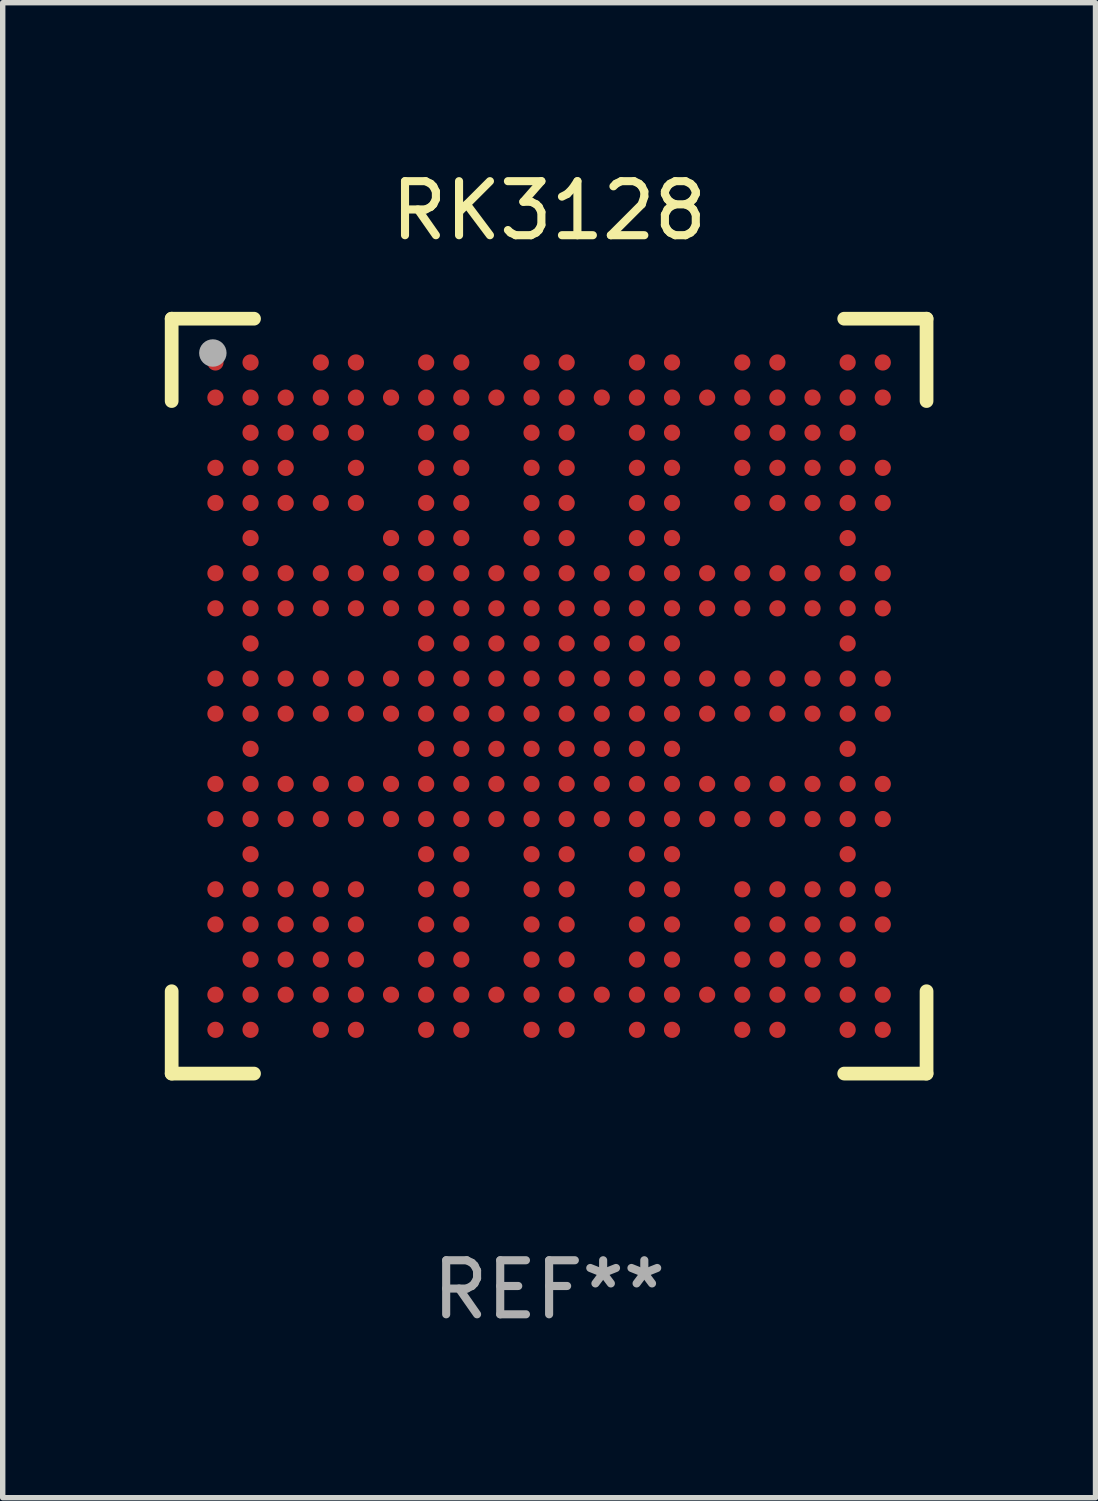
<source format=kicad_pcb>
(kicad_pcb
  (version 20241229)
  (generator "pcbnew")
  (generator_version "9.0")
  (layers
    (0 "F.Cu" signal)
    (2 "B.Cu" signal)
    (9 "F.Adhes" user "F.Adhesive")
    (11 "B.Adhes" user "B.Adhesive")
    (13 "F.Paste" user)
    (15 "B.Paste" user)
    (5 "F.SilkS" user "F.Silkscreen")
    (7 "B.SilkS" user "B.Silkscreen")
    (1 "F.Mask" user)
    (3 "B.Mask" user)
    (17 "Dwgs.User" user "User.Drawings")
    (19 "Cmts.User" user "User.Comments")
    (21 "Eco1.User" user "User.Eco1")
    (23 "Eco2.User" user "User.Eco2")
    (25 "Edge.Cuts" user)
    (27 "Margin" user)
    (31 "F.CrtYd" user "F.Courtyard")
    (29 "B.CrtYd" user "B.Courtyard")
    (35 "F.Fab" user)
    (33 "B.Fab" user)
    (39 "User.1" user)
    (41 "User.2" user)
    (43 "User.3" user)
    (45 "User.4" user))
  (footprint "RK3128"
    (layer "F.Cu")
    (at 7.112 9.833)
    (property "Reference" "RK3128" (at 0 -8.985 0) (layer "F.SilkS") (effects (font (size 1 1) (thickness 0.15))))
    (attr through_hole)
    (fp_line (start -6.985 -6.985) (end -6.985 -5.461) (stroke (width 0.254) (type solid)) (layer "F.SilkS"))
    (fp_line (start -6.985 6.985) (end -6.985 5.461) (stroke (width 0.254) (type solid)) (layer "F.SilkS"))
    (fp_line (start -5.461 -6.985) (end -6.985 -6.985) (stroke (width 0.254) (type solid)) (layer "F.SilkS"))
    (fp_line (start -5.461 6.985) (end -6.985 6.985) (stroke (width 0.254) (type solid)) (layer "F.SilkS"))
    (fp_line (start 5.461 6.985) (end 6.985 6.985) (stroke (width 0.254) (type solid)) (layer "F.SilkS"))
    (fp_line (start 6.985 -6.985) (end 5.461 -6.985) (stroke (width 0.254) (type solid)) (layer "F.SilkS"))
    (fp_line (start 6.985 -5.461) (end 6.985 -6.985) (stroke (width 0.254) (type solid)) (layer "F.SilkS"))
    (fp_line (start 6.985 6.985) (end 6.985 5.461) (stroke (width 0.254) (type solid)) (layer "F.SilkS"))
    (fp_circle (center -7 -7) (end -6.97 -7) (stroke (width 0.06) (type solid)) (fill no) (layer "F.SilkS"))
    (fp_circle (center -6.223 -6.35) (end -6.096 -6.35) (stroke (width 0.254) (type solid)) (fill no) (layer "F.Fab"))
    (fp_text user "REF**" (at 0 10.985 0) (layer "F.Fab") (effects (font (size 1 1) (thickness 0.15))))
    (pad "A1" smd circle (at -6.175 -6.175) (size 0.3 0.3) (layers "F.Cu" "F.Mask" "F.Paste"))
    (pad "A2" smd circle (at -6.175 -5.525) (size 0.3 0.3) (layers "F.Cu" "F.Mask" "F.Paste"))
    (pad "A4" smd circle (at -6.175 -4.225) (size 0.3 0.3) (layers "F.Cu" "F.Mask" "F.Paste"))
    (pad "A5" smd circle (at -6.175 -3.575) (size 0.3 0.3) (layers "F.Cu" "F.Mask" "F.Paste"))
    (pad "A7" smd circle (at -6.175 -2.275) (size 0.3 0.3) (layers "F.Cu" "F.Mask" "F.Paste"))
    (pad "A8" smd circle (at -6.175 -1.625) (size 0.3 0.3) (layers "F.Cu" "F.Mask" "F.Paste"))
    (pad "A10" smd circle (at -6.175 -0.325) (size 0.3 0.3) (layers "F.Cu" "F.Mask" "F.Paste"))
    (pad "A11" smd circle (at -6.175 0.325) (size 0.3 0.3) (layers "F.Cu" "F.Mask" "F.Paste"))
    (pad "A13" smd circle (at -6.175 1.625) (size 0.3 0.3) (layers "F.Cu" "F.Mask" "F.Paste"))
    (pad "A14" smd circle (at -6.175 2.275) (size 0.3 0.3) (layers "F.Cu" "F.Mask" "F.Paste"))
    (pad "A16" smd circle (at -6.175 3.575) (size 0.3 0.3) (layers "F.Cu" "F.Mask" "F.Paste"))
    (pad "A17" smd circle (at -6.175 4.225) (size 0.3 0.3) (layers "F.Cu" "F.Mask" "F.Paste"))
    (pad "A19" smd circle (at -6.175 5.525) (size 0.3 0.3) (layers "F.Cu" "F.Mask" "F.Paste"))
    (pad "A20" smd circle (at -6.175 6.175) (size 0.3 0.3) (layers "F.Cu" "F.Mask" "F.Paste"))
    (pad "B1" smd circle (at -5.525 -6.175) (size 0.3 0.3) (layers "F.Cu" "F.Mask" "F.Paste"))
    (pad "B2" smd circle (at -5.525 -5.525) (size 0.3 0.3) (layers "F.Cu" "F.Mask" "F.Paste"))
    (pad "B3" smd circle (at -5.525 -4.875) (size 0.3 0.3) (layers "F.Cu" "F.Mask" "F.Paste"))
    (pad "B4" smd circle (at -5.525 -4.225) (size 0.3 0.3) (layers "F.Cu" "F.Mask" "F.Paste"))
    (pad "B5" smd circle (at -5.525 -3.575) (size 0.3 0.3) (layers "F.Cu" "F.Mask" "F.Paste"))
    (pad "B6" smd circle (at -5.525 -2.925) (size 0.3 0.3) (layers "F.Cu" "F.Mask" "F.Paste"))
    (pad "B7" smd circle (at -5.525 -2.275) (size 0.3 0.3) (layers "F.Cu" "F.Mask" "F.Paste"))
    (pad "B8" smd circle (at -5.525 -1.625) (size 0.3 0.3) (layers "F.Cu" "F.Mask" "F.Paste"))
    (pad "B9" smd circle (at -5.525 -0.975) (size 0.3 0.3) (layers "F.Cu" "F.Mask" "F.Paste"))
    (pad "B10" smd circle (at -5.525 -0.325) (size 0.3 0.3) (layers "F.Cu" "F.Mask" "F.Paste"))
    (pad "B11" smd circle (at -5.525 0.325) (size 0.3 0.3) (layers "F.Cu" "F.Mask" "F.Paste"))
    (pad "B12" smd circle (at -5.525 0.975) (size 0.3 0.3) (layers "F.Cu" "F.Mask" "F.Paste"))
    (pad "B13" smd circle (at -5.525 1.625) (size 0.3 0.3) (layers "F.Cu" "F.Mask" "F.Paste"))
    (pad "B14" smd circle (at -5.525 2.275) (size 0.3 0.3) (layers "F.Cu" "F.Mask" "F.Paste"))
    (pad "B15" smd circle (at -5.525 2.925) (size 0.3 0.3) (layers "F.Cu" "F.Mask" "F.Paste"))
    (pad "B16" smd circle (at -5.525 3.575) (size 0.3 0.3) (layers "F.Cu" "F.Mask" "F.Paste"))
    (pad "B17" smd circle (at -5.525 4.225) (size 0.3 0.3) (layers "F.Cu" "F.Mask" "F.Paste"))
    (pad "B18" smd circle (at -5.525 4.875) (size 0.3 0.3) (layers "F.Cu" "F.Mask" "F.Paste"))
    (pad "B19" smd circle (at -5.525 5.525) (size 0.3 0.3) (layers "F.Cu" "F.Mask" "F.Paste"))
    (pad "B20" smd circle (at -5.525 6.175) (size 0.3 0.3) (layers "F.Cu" "F.Mask" "F.Paste"))
    (pad "C2" smd circle (at -4.875 -5.525) (size 0.3 0.3) (layers "F.Cu" "F.Mask" "F.Paste"))
    (pad "C3" smd circle (at -4.875 -4.875) (size 0.3 0.3) (layers "F.Cu" "F.Mask" "F.Paste"))
    (pad "C4" smd circle (at -4.875 -4.225) (size 0.3 0.3) (layers "F.Cu" "F.Mask" "F.Paste"))
    (pad "C5" smd circle (at -4.875 -3.575) (size 0.3 0.3) (layers "F.Cu" "F.Mask" "F.Paste"))
    (pad "C7" smd circle (at -4.875 -2.275) (size 0.3 0.3) (layers "F.Cu" "F.Mask" "F.Paste"))
    (pad "C8" smd circle (at -4.875 -1.625) (size 0.3 0.3) (layers "F.Cu" "F.Mask" "F.Paste"))
    (pad "C10" smd circle (at -4.875 -0.325) (size 0.3 0.3) (layers "F.Cu" "F.Mask" "F.Paste"))
    (pad "C11" smd circle (at -4.875 0.325) (size 0.3 0.3) (layers "F.Cu" "F.Mask" "F.Paste"))
    (pad "C13" smd circle (at -4.875 1.625) (size 0.3 0.3) (layers "F.Cu" "F.Mask" "F.Paste"))
    (pad "C14" smd circle (at -4.875 2.275) (size 0.3 0.3) (layers "F.Cu" "F.Mask" "F.Paste"))
    (pad "C16" smd circle (at -4.875 3.575) (size 0.3 0.3) (layers "F.Cu" "F.Mask" "F.Paste"))
    (pad "C17" smd circle (at -4.875 4.225) (size 0.3 0.3) (layers "F.Cu" "F.Mask" "F.Paste"))
    (pad "C18" smd circle (at -4.875 4.875) (size 0.3 0.3) (layers "F.Cu" "F.Mask" "F.Paste"))
    (pad "C19" smd circle (at -4.875 5.525) (size 0.3 0.3) (layers "F.Cu" "F.Mask" "F.Paste"))
    (pad "D1" smd circle (at -4.225 -6.175) (size 0.3 0.3) (layers "F.Cu" "F.Mask" "F.Paste"))
    (pad "D2" smd circle (at -4.225 -5.525) (size 0.3 0.3) (layers "F.Cu" "F.Mask" "F.Paste"))
    (pad "D3" smd circle (at -4.225 -4.875) (size 0.3 0.3) (layers "F.Cu" "F.Mask" "F.Paste"))
    (pad "D5" smd circle (at -4.225 -3.575) (size 0.3 0.3) (layers "F.Cu" "F.Mask" "F.Paste"))
    (pad "D7" smd circle (at -4.225 -2.275) (size 0.3 0.3) (layers "F.Cu" "F.Mask" "F.Paste"))
    (pad "D8" smd circle (at -4.225 -1.625) (size 0.3 0.3) (layers "F.Cu" "F.Mask" "F.Paste"))
    (pad "D10" smd circle (at -4.225 -0.325) (size 0.3 0.3) (layers "F.Cu" "F.Mask" "F.Paste"))
    (pad "D11" smd circle (at -4.225 0.325) (size 0.3 0.3) (layers "F.Cu" "F.Mask" "F.Paste"))
    (pad "D13" smd circle (at -4.225 1.625) (size 0.3 0.3) (layers "F.Cu" "F.Mask" "F.Paste"))
    (pad "D14" smd circle (at -4.225 2.275) (size 0.3 0.3) (layers "F.Cu" "F.Mask" "F.Paste"))
    (pad "D16" smd circle (at -4.225 3.575) (size 0.3 0.3) (layers "F.Cu" "F.Mask" "F.Paste"))
    (pad "D17" smd circle (at -4.225 4.225) (size 0.3 0.3) (layers "F.Cu" "F.Mask" "F.Paste"))
    (pad "D18" smd circle (at -4.225 4.875) (size 0.3 0.3) (layers "F.Cu" "F.Mask" "F.Paste"))
    (pad "D19" smd circle (at -4.225 5.525) (size 0.3 0.3) (layers "F.Cu" "F.Mask" "F.Paste"))
    (pad "D20" smd circle (at -4.225 6.175) (size 0.3 0.3) (layers "F.Cu" "F.Mask" "F.Paste"))
    (pad "E1" smd circle (at -3.575 -6.175) (size 0.3 0.3) (layers "F.Cu" "F.Mask" "F.Paste"))
    (pad "E2" smd circle (at -3.575 -5.525) (size 0.3 0.3) (layers "F.Cu" "F.Mask" "F.Paste"))
    (pad "E3" smd circle (at -3.575 -4.875) (size 0.3 0.3) (layers "F.Cu" "F.Mask" "F.Paste"))
    (pad "E4" smd circle (at -3.575 -4.225) (size 0.3 0.3) (layers "F.Cu" "F.Mask" "F.Paste"))
    (pad "E5" smd circle (at -3.575 -3.575) (size 0.3 0.3) (layers "F.Cu" "F.Mask" "F.Paste"))
    (pad "E7" smd circle (at -3.575 -2.275) (size 0.3 0.3) (layers "F.Cu" "F.Mask" "F.Paste"))
    (pad "E8" smd circle (at -3.575 -1.625) (size 0.3 0.3) (layers "F.Cu" "F.Mask" "F.Paste"))
    (pad "E10" smd circle (at -3.575 -0.325) (size 0.3 0.3) (layers "F.Cu" "F.Mask" "F.Paste"))
    (pad "E11" smd circle (at -3.575 0.325) (size 0.3 0.3) (layers "F.Cu" "F.Mask" "F.Paste"))
    (pad "E13" smd circle (at -3.575 1.625) (size 0.3 0.3) (layers "F.Cu" "F.Mask" "F.Paste"))
    (pad "E14" smd circle (at -3.575 2.275) (size 0.3 0.3) (layers "F.Cu" "F.Mask" "F.Paste"))
    (pad "E16" smd circle (at -3.575 3.575) (size 0.3 0.3) (layers "F.Cu" "F.Mask" "F.Paste"))
    (pad "E17" smd circle (at -3.575 4.225) (size 0.3 0.3) (layers "F.Cu" "F.Mask" "F.Paste"))
    (pad "E18" smd circle (at -3.575 4.875) (size 0.3 0.3) (layers "F.Cu" "F.Mask" "F.Paste"))
    (pad "E19" smd circle (at -3.575 5.525) (size 0.3 0.3) (layers "F.Cu" "F.Mask" "F.Paste"))
    (pad "E20" smd circle (at -3.575 6.175) (size 0.3 0.3) (layers "F.Cu" "F.Mask" "F.Paste"))
    (pad "F2" smd circle (at -2.925 -5.525) (size 0.3 0.3) (layers "F.Cu" "F.Mask" "F.Paste"))
    (pad "F6" smd circle (at -2.925 -2.925) (size 0.3 0.3) (layers "F.Cu" "F.Mask" "F.Paste"))
    (pad "F7" smd circle (at -2.925 -2.275) (size 0.3 0.3) (layers "F.Cu" "F.Mask" "F.Paste"))
    (pad "F8" smd circle (at -2.925 -1.625) (size 0.3 0.3) (layers "F.Cu" "F.Mask" "F.Paste"))
    (pad "F10" smd circle (at -2.925 -0.325) (size 0.3 0.3) (layers "F.Cu" "F.Mask" "F.Paste"))
    (pad "F11" smd circle (at -2.925 0.325) (size 0.3 0.3) (layers "F.Cu" "F.Mask" "F.Paste"))
    (pad "F13" smd circle (at -2.925 1.625) (size 0.3 0.3) (layers "F.Cu" "F.Mask" "F.Paste"))
    (pad "F14" smd circle (at -2.925 2.275) (size 0.3 0.3) (layers "F.Cu" "F.Mask" "F.Paste"))
    (pad "F19" smd circle (at -2.925 5.525) (size 0.3 0.3) (layers "F.Cu" "F.Mask" "F.Paste"))
    (pad "G1" smd circle (at -2.275 -6.175) (size 0.3 0.3) (layers "F.Cu" "F.Mask" "F.Paste"))
    (pad "G2" smd circle (at -2.275 -5.525) (size 0.3 0.3) (layers "F.Cu" "F.Mask" "F.Paste"))
    (pad "G3" smd circle (at -2.275 -4.875) (size 0.3 0.3) (layers "F.Cu" "F.Mask" "F.Paste"))
    (pad "G4" smd circle (at -2.275 -4.225) (size 0.3 0.3) (layers "F.Cu" "F.Mask" "F.Paste"))
    (pad "G5" smd circle (at -2.275 -3.575) (size 0.3 0.3) (layers "F.Cu" "F.Mask" "F.Paste"))
    (pad "G6" smd circle (at -2.275 -2.925) (size 0.3 0.3) (layers "F.Cu" "F.Mask" "F.Paste"))
    (pad "G7" smd circle (at -2.275 -2.275) (size 0.3 0.3) (layers "F.Cu" "F.Mask" "F.Paste"))
    (pad "G8" smd circle (at -2.275 -1.625) (size 0.3 0.3) (layers "F.Cu" "F.Mask" "F.Paste"))
    (pad "G9" smd circle (at -2.275 -0.975) (size 0.3 0.3) (layers "F.Cu" "F.Mask" "F.Paste"))
    (pad "G10" smd circle (at -2.275 -0.325) (size 0.3 0.3) (layers "F.Cu" "F.Mask" "F.Paste"))
    (pad "G11" smd circle (at -2.275 0.325) (size 0.3 0.3) (layers "F.Cu" "F.Mask" "F.Paste"))
    (pad "G12" smd circle (at -2.275 0.975) (size 0.3 0.3) (layers "F.Cu" "F.Mask" "F.Paste"))
    (pad "G13" smd circle (at -2.275 1.625) (size 0.3 0.3) (layers "F.Cu" "F.Mask" "F.Paste"))
    (pad "G14" smd circle (at -2.275 2.275) (size 0.3 0.3) (layers "F.Cu" "F.Mask" "F.Paste"))
    (pad "G15" smd circle (at -2.275 2.925) (size 0.3 0.3) (layers "F.Cu" "F.Mask" "F.Paste"))
    (pad "G16" smd circle (at -2.275 3.575) (size 0.3 0.3) (layers "F.Cu" "F.Mask" "F.Paste"))
    (pad "G17" smd circle (at -2.275 4.225) (size 0.3 0.3) (layers "F.Cu" "F.Mask" "F.Paste"))
    (pad "G18" smd circle (at -2.275 4.875) (size 0.3 0.3) (layers "F.Cu" "F.Mask" "F.Paste"))
    (pad "G19" smd circle (at -2.275 5.525) (size 0.3 0.3) (layers "F.Cu" "F.Mask" "F.Paste"))
    (pad "G20" smd circle (at -2.275 6.175) (size 0.3 0.3) (layers "F.Cu" "F.Mask" "F.Paste"))
    (pad "H1" smd circle (at -1.625 -6.175) (size 0.3 0.3) (layers "F.Cu" "F.Mask" "F.Paste"))
    (pad "H2" smd circle (at -1.625 -5.525) (size 0.3 0.3) (layers "F.Cu" "F.Mask" "F.Paste"))
    (pad "H3" smd circle (at -1.625 -4.875) (size 0.3 0.3) (layers "F.Cu" "F.Mask" "F.Paste"))
    (pad "H4" smd circle (at -1.625 -4.225) (size 0.3 0.3) (layers "F.Cu" "F.Mask" "F.Paste"))
    (pad "H5" smd circle (at -1.625 -3.575) (size 0.3 0.3) (layers "F.Cu" "F.Mask" "F.Paste"))
    (pad "H6" smd circle (at -1.625 -2.925) (size 0.3 0.3) (layers "F.Cu" "F.Mask" "F.Paste"))
    (pad "H7" smd circle (at -1.625 -2.275) (size 0.3 0.3) (layers "F.Cu" "F.Mask" "F.Paste"))
    (pad "H8" smd circle (at -1.625 -1.625) (size 0.3 0.3) (layers "F.Cu" "F.Mask" "F.Paste"))
    (pad "H9" smd circle (at -1.625 -0.975) (size 0.3 0.3) (layers "F.Cu" "F.Mask" "F.Paste"))
    (pad "H10" smd circle (at -1.625 -0.325) (size 0.3 0.3) (layers "F.Cu" "F.Mask" "F.Paste"))
    (pad "H11" smd circle (at -1.625 0.325) (size 0.3 0.3) (layers "F.Cu" "F.Mask" "F.Paste"))
    (pad "H12" smd circle (at -1.625 0.975) (size 0.3 0.3) (layers "F.Cu" "F.Mask" "F.Paste"))
    (pad "H13" smd circle (at -1.625 1.625) (size 0.3 0.3) (layers "F.Cu" "F.Mask" "F.Paste"))
    (pad "H14" smd circle (at -1.625 2.275) (size 0.3 0.3) (layers "F.Cu" "F.Mask" "F.Paste"))
    (pad "H15" smd circle (at -1.625 2.925) (size 0.3 0.3) (layers "F.Cu" "F.Mask" "F.Paste"))
    (pad "H16" smd circle (at -1.625 3.575) (size 0.3 0.3) (layers "F.Cu" "F.Mask" "F.Paste"))
    (pad "H17" smd circle (at -1.625 4.225) (size 0.3 0.3) (layers "F.Cu" "F.Mask" "F.Paste"))
    (pad "H18" smd circle (at -1.625 4.875) (size 0.3 0.3) (layers "F.Cu" "F.Mask" "F.Paste"))
    (pad "H19" smd circle (at -1.625 5.525) (size 0.3 0.3) (layers "F.Cu" "F.Mask" "F.Paste"))
    (pad "H20" smd circle (at -1.625 6.175) (size 0.3 0.3) (layers "F.Cu" "F.Mask" "F.Paste"))
    (pad "J2" smd circle (at -0.975 -5.525) (size 0.3 0.3) (layers "F.Cu" "F.Mask" "F.Paste"))
    (pad "J7" smd circle (at -0.975 -2.275) (size 0.3 0.3) (layers "F.Cu" "F.Mask" "F.Paste"))
    (pad "J8" smd circle (at -0.975 -1.625) (size 0.3 0.3) (layers "F.Cu" "F.Mask" "F.Paste"))
    (pad "J9" smd circle (at -0.975 -0.975) (size 0.3 0.3) (layers "F.Cu" "F.Mask" "F.Paste"))
    (pad "J10" smd circle (at -0.975 -0.325) (size 0.3 0.3) (layers "F.Cu" "F.Mask" "F.Paste"))
    (pad "J11" smd circle (at -0.975 0.325) (size 0.3 0.3) (layers "F.Cu" "F.Mask" "F.Paste"))
    (pad "J12" smd circle (at -0.975 0.975) (size 0.3 0.3) (layers "F.Cu" "F.Mask" "F.Paste"))
    (pad "J13" smd circle (at -0.975 1.625) (size 0.3 0.3) (layers "F.Cu" "F.Mask" "F.Paste"))
    (pad "J14" smd circle (at -0.975 2.275) (size 0.3 0.3) (layers "F.Cu" "F.Mask" "F.Paste"))
    (pad "J19" smd circle (at -0.975 5.525) (size 0.3 0.3) (layers "F.Cu" "F.Mask" "F.Paste"))
    (pad "K1" smd circle (at -0.325 -6.175) (size 0.3 0.3) (layers "F.Cu" "F.Mask" "F.Paste"))
    (pad "K2" smd circle (at -0.325 -5.525) (size 0.3 0.3) (layers "F.Cu" "F.Mask" "F.Paste"))
    (pad "K3" smd circle (at -0.325 -4.875) (size 0.3 0.3) (layers "F.Cu" "F.Mask" "F.Paste"))
    (pad "K4" smd circle (at -0.325 -4.225) (size 0.3 0.3) (layers "F.Cu" "F.Mask" "F.Paste"))
    (pad "K5" smd circle (at -0.325 -3.575) (size 0.3 0.3) (layers "F.Cu" "F.Mask" "F.Paste"))
    (pad "K6" smd circle (at -0.325 -2.925) (size 0.3 0.3) (layers "F.Cu" "F.Mask" "F.Paste"))
    (pad "K7" smd circle (at -0.325 -2.275) (size 0.3 0.3) (layers "F.Cu" "F.Mask" "F.Paste"))
    (pad "K8" smd circle (at -0.325 -1.625) (size 0.3 0.3) (layers "F.Cu" "F.Mask" "F.Paste"))
    (pad "K9" smd circle (at -0.325 -0.975) (size 0.3 0.3) (layers "F.Cu" "F.Mask" "F.Paste"))
    (pad "K10" smd circle (at -0.325 -0.325) (size 0.3 0.3) (layers "F.Cu" "F.Mask" "F.Paste"))
    (pad "K11" smd circle (at -0.325 0.325) (size 0.3 0.3) (layers "F.Cu" "F.Mask" "F.Paste"))
    (pad "K12" smd circle (at -0.325 0.975) (size 0.3 0.3) (layers "F.Cu" "F.Mask" "F.Paste"))
    (pad "K13" smd circle (at -0.325 1.625) (size 0.3 0.3) (layers "F.Cu" "F.Mask" "F.Paste"))
    (pad "K14" smd circle (at -0.325 2.275) (size 0.3 0.3) (layers "F.Cu" "F.Mask" "F.Paste"))
    (pad "K15" smd circle (at -0.325 2.925) (size 0.3 0.3) (layers "F.Cu" "F.Mask" "F.Paste"))
    (pad "K16" smd circle (at -0.325 3.575) (size 0.3 0.3) (layers "F.Cu" "F.Mask" "F.Paste"))
    (pad "K17" smd circle (at -0.325 4.225) (size 0.3 0.3) (layers "F.Cu" "F.Mask" "F.Paste"))
    (pad "K18" smd circle (at -0.325 4.875) (size 0.3 0.3) (layers "F.Cu" "F.Mask" "F.Paste"))
    (pad "K19" smd circle (at -0.325 5.525) (size 0.3 0.3) (layers "F.Cu" "F.Mask" "F.Paste"))
    (pad "K20" smd circle (at -0.325 6.175) (size 0.3 0.3) (layers "F.Cu" "F.Mask" "F.Paste"))
    (pad "L1" smd circle (at 0.325 -6.175) (size 0.3 0.3) (layers "F.Cu" "F.Mask" "F.Paste"))
    (pad "L2" smd circle (at 0.325 -5.525) (size 0.3 0.3) (layers "F.Cu" "F.Mask" "F.Paste"))
    (pad "L3" smd circle (at 0.325 -4.875) (size 0.3 0.3) (layers "F.Cu" "F.Mask" "F.Paste"))
    (pad "L4" smd circle (at 0.325 -4.225) (size 0.3 0.3) (layers "F.Cu" "F.Mask" "F.Paste"))
    (pad "L5" smd circle (at 0.325 -3.575) (size 0.3 0.3) (layers "F.Cu" "F.Mask" "F.Paste"))
    (pad "L6" smd circle (at 0.325 -2.925) (size 0.3 0.3) (layers "F.Cu" "F.Mask" "F.Paste"))
    (pad "L7" smd circle (at 0.325 -2.275) (size 0.3 0.3) (layers "F.Cu" "F.Mask" "F.Paste"))
    (pad "L8" smd circle (at 0.325 -1.625) (size 0.3 0.3) (layers "F.Cu" "F.Mask" "F.Paste"))
    (pad "L9" smd circle (at 0.325 -0.975) (size 0.3 0.3) (layers "F.Cu" "F.Mask" "F.Paste"))
    (pad "L10" smd circle (at 0.325 -0.325) (size 0.3 0.3) (layers "F.Cu" "F.Mask" "F.Paste"))
    (pad "L11" smd circle (at 0.325 0.325) (size 0.3 0.3) (layers "F.Cu" "F.Mask" "F.Paste"))
    (pad "L12" smd circle (at 0.325 0.975) (size 0.3 0.3) (layers "F.Cu" "F.Mask" "F.Paste"))
    (pad "L13" smd circle (at 0.325 1.625) (size 0.3 0.3) (layers "F.Cu" "F.Mask" "F.Paste"))
    (pad "L14" smd circle (at 0.325 2.275) (size 0.3 0.3) (layers "F.Cu" "F.Mask" "F.Paste"))
    (pad "L15" smd circle (at 0.325 2.925) (size 0.3 0.3) (layers "F.Cu" "F.Mask" "F.Paste"))
    (pad "L16" smd circle (at 0.325 3.575) (size 0.3 0.3) (layers "F.Cu" "F.Mask" "F.Paste"))
    (pad "L17" smd circle (at 0.325 4.225) (size 0.3 0.3) (layers "F.Cu" "F.Mask" "F.Paste"))
    (pad "L18" smd circle (at 0.325 4.875) (size 0.3 0.3) (layers "F.Cu" "F.Mask" "F.Paste"))
    (pad "L19" smd circle (at 0.325 5.525) (size 0.3 0.3) (layers "F.Cu" "F.Mask" "F.Paste"))
    (pad "L20" smd circle (at 0.325 6.175) (size 0.3 0.3) (layers "F.Cu" "F.Mask" "F.Paste"))
    (pad "M2" smd circle (at 0.975 -5.525) (size 0.3 0.3) (layers "F.Cu" "F.Mask" "F.Paste"))
    (pad "M7" smd circle (at 0.975 -2.275) (size 0.3 0.3) (layers "F.Cu" "F.Mask" "F.Paste"))
    (pad "M8" smd circle (at 0.975 -1.625) (size 0.3 0.3) (layers "F.Cu" "F.Mask" "F.Paste"))
    (pad "M9" smd circle (at 0.975 -0.975) (size 0.3 0.3) (layers "F.Cu" "F.Mask" "F.Paste"))
    (pad "M10" smd circle (at 0.975 -0.325) (size 0.3 0.3) (layers "F.Cu" "F.Mask" "F.Paste"))
    (pad "M11" smd circle (at 0.975 0.325) (size 0.3 0.3) (layers "F.Cu" "F.Mask" "F.Paste"))
    (pad "M12" smd circle (at 0.975 0.975) (size 0.3 0.3) (layers "F.Cu" "F.Mask" "F.Paste"))
    (pad "M13" smd circle (at 0.975 1.625) (size 0.3 0.3) (layers "F.Cu" "F.Mask" "F.Paste"))
    (pad "M14" smd circle (at 0.975 2.275) (size 0.3 0.3) (layers "F.Cu" "F.Mask" "F.Paste"))
    (pad "M19" smd circle (at 0.975 5.525) (size 0.3 0.3) (layers "F.Cu" "F.Mask" "F.Paste"))
    (pad "N1" smd circle (at 1.625 -6.175) (size 0.3 0.3) (layers "F.Cu" "F.Mask" "F.Paste"))
    (pad "N2" smd circle (at 1.625 -5.525) (size 0.3 0.3) (layers "F.Cu" "F.Mask" "F.Paste"))
    (pad "N3" smd circle (at 1.625 -4.875) (size 0.3 0.3) (layers "F.Cu" "F.Mask" "F.Paste"))
    (pad "N4" smd circle (at 1.625 -4.225) (size 0.3 0.3) (layers "F.Cu" "F.Mask" "F.Paste"))
    (pad "N5" smd circle (at 1.625 -3.575) (size 0.3 0.3) (layers "F.Cu" "F.Mask" "F.Paste"))
    (pad "N6" smd circle (at 1.625 -2.925) (size 0.3 0.3) (layers "F.Cu" "F.Mask" "F.Paste"))
    (pad "N7" smd circle (at 1.625 -2.275) (size 0.3 0.3) (layers "F.Cu" "F.Mask" "F.Paste"))
    (pad "N8" smd circle (at 1.625 -1.625) (size 0.3 0.3) (layers "F.Cu" "F.Mask" "F.Paste"))
    (pad "N9" smd circle (at 1.625 -0.975) (size 0.3 0.3) (layers "F.Cu" "F.Mask" "F.Paste"))
    (pad "N10" smd circle (at 1.625 -0.325) (size 0.3 0.3) (layers "F.Cu" "F.Mask" "F.Paste"))
    (pad "N11" smd circle (at 1.625 0.325) (size 0.3 0.3) (layers "F.Cu" "F.Mask" "F.Paste"))
    (pad "N12" smd circle (at 1.625 0.975) (size 0.3 0.3) (layers "F.Cu" "F.Mask" "F.Paste"))
    (pad "N13" smd circle (at 1.625 1.625) (size 0.3 0.3) (layers "F.Cu" "F.Mask" "F.Paste"))
    (pad "N14" smd circle (at 1.625 2.275) (size 0.3 0.3) (layers "F.Cu" "F.Mask" "F.Paste"))
    (pad "N15" smd circle (at 1.625 2.925) (size 0.3 0.3) (layers "F.Cu" "F.Mask" "F.Paste"))
    (pad "N16" smd circle (at 1.625 3.575) (size 0.3 0.3) (layers "F.Cu" "F.Mask" "F.Paste"))
    (pad "N17" smd circle (at 1.625 4.225) (size 0.3 0.3) (layers "F.Cu" "F.Mask" "F.Paste"))
    (pad "N18" smd circle (at 1.625 4.875) (size 0.3 0.3) (layers "F.Cu" "F.Mask" "F.Paste"))
    (pad "N19" smd circle (at 1.625 5.525) (size 0.3 0.3) (layers "F.Cu" "F.Mask" "F.Paste"))
    (pad "N20" smd circle (at 1.625 6.175) (size 0.3 0.3) (layers "F.Cu" "F.Mask" "F.Paste"))
    (pad "P1" smd circle (at 2.275 -6.175) (size 0.3 0.3) (layers "F.Cu" "F.Mask" "F.Paste"))
    (pad "P2" smd circle (at 2.275 -5.525) (size 0.3 0.3) (layers "F.Cu" "F.Mask" "F.Paste"))
    (pad "P3" smd circle (at 2.275 -4.875) (size 0.3 0.3) (layers "F.Cu" "F.Mask" "F.Paste"))
    (pad "P4" smd circle (at 2.275 -4.225) (size 0.3 0.3) (layers "F.Cu" "F.Mask" "F.Paste"))
    (pad "P5" smd circle (at 2.275 -3.575) (size 0.3 0.3) (layers "F.Cu" "F.Mask" "F.Paste"))
    (pad "P6" smd circle (at 2.275 -2.925) (size 0.3 0.3) (layers "F.Cu" "F.Mask" "F.Paste"))
    (pad "P7" smd circle (at 2.275 -2.275) (size 0.3 0.3) (layers "F.Cu" "F.Mask" "F.Paste"))
    (pad "P8" smd circle (at 2.275 -1.625) (size 0.3 0.3) (layers "F.Cu" "F.Mask" "F.Paste"))
    (pad "P9" smd circle (at 2.275 -0.975) (size 0.3 0.3) (layers "F.Cu" "F.Mask" "F.Paste"))
    (pad "P10" smd circle (at 2.275 -0.325) (size 0.3 0.3) (layers "F.Cu" "F.Mask" "F.Paste"))
    (pad "P11" smd circle (at 2.275 0.325) (size 0.3 0.3) (layers "F.Cu" "F.Mask" "F.Paste"))
    (pad "P12" smd circle (at 2.275 0.975) (size 0.3 0.3) (layers "F.Cu" "F.Mask" "F.Paste"))
    (pad "P13" smd circle (at 2.275 1.625) (size 0.3 0.3) (layers "F.Cu" "F.Mask" "F.Paste"))
    (pad "P14" smd circle (at 2.275 2.275) (size 0.3 0.3) (layers "F.Cu" "F.Mask" "F.Paste"))
    (pad "P15" smd circle (at 2.275 2.925) (size 0.3 0.3) (layers "F.Cu" "F.Mask" "F.Paste"))
    (pad "P16" smd circle (at 2.275 3.575) (size 0.3 0.3) (layers "F.Cu" "F.Mask" "F.Paste"))
    (pad "P17" smd circle (at 2.275 4.225) (size 0.3 0.3) (layers "F.Cu" "F.Mask" "F.Paste"))
    (pad "P18" smd circle (at 2.275 4.875) (size 0.3 0.3) (layers "F.Cu" "F.Mask" "F.Paste"))
    (pad "P19" smd circle (at 2.275 5.525) (size 0.3 0.3) (layers "F.Cu" "F.Mask" "F.Paste"))
    (pad "P20" smd circle (at 2.275 6.175) (size 0.3 0.3) (layers "F.Cu" "F.Mask" "F.Paste"))
    (pad "R2" smd circle (at 2.925 -5.525) (size 0.3 0.3) (layers "F.Cu" "F.Mask" "F.Paste"))
    (pad "R7" smd circle (at 2.925 -2.275) (size 0.3 0.3) (layers "F.Cu" "F.Mask" "F.Paste"))
    (pad "R8" smd circle (at 2.925 -1.625) (size 0.3 0.3) (layers "F.Cu" "F.Mask" "F.Paste"))
    (pad "R10" smd circle (at 2.925 -0.325) (size 0.3 0.3) (layers "F.Cu" "F.Mask" "F.Paste"))
    (pad "R11" smd circle (at 2.925 0.325) (size 0.3 0.3) (layers "F.Cu" "F.Mask" "F.Paste"))
    (pad "R13" smd circle (at 2.925 1.625) (size 0.3 0.3) (layers "F.Cu" "F.Mask" "F.Paste"))
    (pad "R14" smd circle (at 2.925 2.275) (size 0.3 0.3) (layers "F.Cu" "F.Mask" "F.Paste"))
    (pad "R19" smd circle (at 2.925 5.525) (size 0.3 0.3) (layers "F.Cu" "F.Mask" "F.Paste"))
    (pad "T1" smd circle (at 3.575 -6.175) (size 0.3 0.3) (layers "F.Cu" "F.Mask" "F.Paste"))
    (pad "T2" smd circle (at 3.575 -5.525) (size 0.3 0.3) (layers "F.Cu" "F.Mask" "F.Paste"))
    (pad "T3" smd circle (at 3.575 -4.875) (size 0.3 0.3) (layers "F.Cu" "F.Mask" "F.Paste"))
    (pad "T4" smd circle (at 3.575 -4.225) (size 0.3 0.3) (layers "F.Cu" "F.Mask" "F.Paste"))
    (pad "T5" smd circle (at 3.575 -3.575) (size 0.3 0.3) (layers "F.Cu" "F.Mask" "F.Paste"))
    (pad "T7" smd circle (at 3.575 -2.275) (size 0.3 0.3) (layers "F.Cu" "F.Mask" "F.Paste"))
    (pad "T8" smd circle (at 3.575 -1.625) (size 0.3 0.3) (layers "F.Cu" "F.Mask" "F.Paste"))
    (pad "T10" smd circle (at 3.575 -0.325) (size 0.3 0.3) (layers "F.Cu" "F.Mask" "F.Paste"))
    (pad "T11" smd circle (at 3.575 0.325) (size 0.3 0.3) (layers "F.Cu" "F.Mask" "F.Paste"))
    (pad "T13" smd circle (at 3.575 1.625) (size 0.3 0.3) (layers "F.Cu" "F.Mask" "F.Paste"))
    (pad "T14" smd circle (at 3.575 2.275) (size 0.3 0.3) (layers "F.Cu" "F.Mask" "F.Paste"))
    (pad "T16" smd circle (at 3.575 3.575) (size 0.3 0.3) (layers "F.Cu" "F.Mask" "F.Paste"))
    (pad "T17" smd circle (at 3.575 4.225) (size 0.3 0.3) (layers "F.Cu" "F.Mask" "F.Paste"))
    (pad "T18" smd circle (at 3.575 4.875) (size 0.3 0.3) (layers "F.Cu" "F.Mask" "F.Paste"))
    (pad "T19" smd circle (at 3.575 5.525) (size 0.3 0.3) (layers "F.Cu" "F.Mask" "F.Paste"))
    (pad "T20" smd circle (at 3.575 6.175) (size 0.3 0.3) (layers "F.Cu" "F.Mask" "F.Paste"))
    (pad "U1" smd circle (at 4.225 -6.175) (size 0.3 0.3) (layers "F.Cu" "F.Mask" "F.Paste"))
    (pad "U2" smd circle (at 4.225 -5.525) (size 0.3 0.3) (layers "F.Cu" "F.Mask" "F.Paste"))
    (pad "U3" smd circle (at 4.225 -4.875) (size 0.3 0.3) (layers "F.Cu" "F.Mask" "F.Paste"))
    (pad "U4" smd circle (at 4.225 -4.225) (size 0.3 0.3) (layers "F.Cu" "F.Mask" "F.Paste"))
    (pad "U5" smd circle (at 4.225 -3.575) (size 0.3 0.3) (layers "F.Cu" "F.Mask" "F.Paste"))
    (pad "U7" smd circle (at 4.225 -2.275) (size 0.3 0.3) (layers "F.Cu" "F.Mask" "F.Paste"))
    (pad "U8" smd circle (at 4.225 -1.625) (size 0.3 0.3) (layers "F.Cu" "F.Mask" "F.Paste"))
    (pad "U10" smd circle (at 4.225 -0.325) (size 0.3 0.3) (layers "F.Cu" "F.Mask" "F.Paste"))
    (pad "U11" smd circle (at 4.225 0.325) (size 0.3 0.3) (layers "F.Cu" "F.Mask" "F.Paste"))
    (pad "U13" smd circle (at 4.225 1.625) (size 0.3 0.3) (layers "F.Cu" "F.Mask" "F.Paste"))
    (pad "U14" smd circle (at 4.225 2.275) (size 0.3 0.3) (layers "F.Cu" "F.Mask" "F.Paste"))
    (pad "U16" smd circle (at 4.225 3.575) (size 0.3 0.3) (layers "F.Cu" "F.Mask" "F.Paste"))
    (pad "U17" smd circle (at 4.225 4.225) (size 0.3 0.3) (layers "F.Cu" "F.Mask" "F.Paste"))
    (pad "U18" smd circle (at 4.225 4.875) (size 0.3 0.3) (layers "F.Cu" "F.Mask" "F.Paste"))
    (pad "U19" smd circle (at 4.225 5.525) (size 0.3 0.3) (layers "F.Cu" "F.Mask" "F.Paste"))
    (pad "U20" smd circle (at 4.225 6.175) (size 0.3 0.3) (layers "F.Cu" "F.Mask" "F.Paste"))
    (pad "V2" smd circle (at 4.875 -5.525) (size 0.3 0.3) (layers "F.Cu" "F.Mask" "F.Paste"))
    (pad "V3" smd circle (at 4.875 -4.875) (size 0.3 0.3) (layers "F.Cu" "F.Mask" "F.Paste"))
    (pad "V4" smd circle (at 4.875 -4.225) (size 0.3 0.3) (layers "F.Cu" "F.Mask" "F.Paste"))
    (pad "V5" smd circle (at 4.875 -3.575) (size 0.3 0.3) (layers "F.Cu" "F.Mask" "F.Paste"))
    (pad "V7" smd circle (at 4.875 -2.275) (size 0.3 0.3) (layers "F.Cu" "F.Mask" "F.Paste"))
    (pad "V8" smd circle (at 4.875 -1.625) (size 0.3 0.3) (layers "F.Cu" "F.Mask" "F.Paste"))
    (pad "V10" smd circle (at 4.875 -0.325) (size 0.3 0.3) (layers "F.Cu" "F.Mask" "F.Paste"))
    (pad "V11" smd circle (at 4.875 0.325) (size 0.3 0.3) (layers "F.Cu" "F.Mask" "F.Paste"))
    (pad "V13" smd circle (at 4.875 1.625) (size 0.3 0.3) (layers "F.Cu" "F.Mask" "F.Paste"))
    (pad "V14" smd circle (at 4.875 2.275) (size 0.3 0.3) (layers "F.Cu" "F.Mask" "F.Paste"))
    (pad "V16" smd circle (at 4.875 3.575) (size 0.3 0.3) (layers "F.Cu" "F.Mask" "F.Paste"))
    (pad "V17" smd circle (at 4.875 4.225) (size 0.3 0.3) (layers "F.Cu" "F.Mask" "F.Paste"))
    (pad "V18" smd circle (at 4.875 4.875) (size 0.3 0.3) (layers "F.Cu" "F.Mask" "F.Paste"))
    (pad "V19" smd circle (at 4.875 5.525) (size 0.3 0.3) (layers "F.Cu" "F.Mask" "F.Paste"))
    (pad "W1" smd circle (at 5.525 -6.175) (size 0.3 0.3) (layers "F.Cu" "F.Mask" "F.Paste"))
    (pad "W2" smd circle (at 5.525 -5.525) (size 0.3 0.3) (layers "F.Cu" "F.Mask" "F.Paste"))
    (pad "W3" smd circle (at 5.525 -4.875) (size 0.3 0.3) (layers "F.Cu" "F.Mask" "F.Paste"))
    (pad "W4" smd circle (at 5.525 -4.225) (size 0.3 0.3) (layers "F.Cu" "F.Mask" "F.Paste"))
    (pad "W5" smd circle (at 5.525 -3.575) (size 0.3 0.3) (layers "F.Cu" "F.Mask" "F.Paste"))
    (pad "W6" smd circle (at 5.525 -2.925) (size 0.3 0.3) (layers "F.Cu" "F.Mask" "F.Paste"))
    (pad "W7" smd circle (at 5.525 -2.275) (size 0.3 0.3) (layers "F.Cu" "F.Mask" "F.Paste"))
    (pad "W8" smd circle (at 5.525 -1.625) (size 0.3 0.3) (layers "F.Cu" "F.Mask" "F.Paste"))
    (pad "W9" smd circle (at 5.525 -0.975) (size 0.3 0.3) (layers "F.Cu" "F.Mask" "F.Paste"))
    (pad "W10" smd circle (at 5.525 -0.325) (size 0.3 0.3) (layers "F.Cu" "F.Mask" "F.Paste"))
    (pad "W11" smd circle (at 5.525 0.325) (size 0.3 0.3) (layers "F.Cu" "F.Mask" "F.Paste"))
    (pad "W12" smd circle (at 5.525 0.975) (size 0.3 0.3) (layers "F.Cu" "F.Mask" "F.Paste"))
    (pad "W13" smd circle (at 5.525 1.625) (size 0.3 0.3) (layers "F.Cu" "F.Mask" "F.Paste"))
    (pad "W14" smd circle (at 5.525 2.275) (size 0.3 0.3) (layers "F.Cu" "F.Mask" "F.Paste"))
    (pad "W15" smd circle (at 5.525 2.925) (size 0.3 0.3) (layers "F.Cu" "F.Mask" "F.Paste"))
    (pad "W16" smd circle (at 5.525 3.575) (size 0.3 0.3) (layers "F.Cu" "F.Mask" "F.Paste"))
    (pad "W17" smd circle (at 5.525 4.225) (size 0.3 0.3) (layers "F.Cu" "F.Mask" "F.Paste"))
    (pad "W18" smd circle (at 5.525 4.875) (size 0.3 0.3) (layers "F.Cu" "F.Mask" "F.Paste"))
    (pad "W19" smd circle (at 5.525 5.525) (size 0.3 0.3) (layers "F.Cu" "F.Mask" "F.Paste"))
    (pad "W20" smd circle (at 5.525 6.175) (size 0.3 0.3) (layers "F.Cu" "F.Mask" "F.Paste"))
    (pad "Y1" smd circle (at 6.175 -6.175) (size 0.3 0.3) (layers "F.Cu" "F.Mask" "F.Paste"))
    (pad "Y2" smd circle (at 6.175 -5.525) (size 0.3 0.3) (layers "F.Cu" "F.Mask" "F.Paste"))
    (pad "Y4" smd circle (at 6.175 -4.225) (size 0.3 0.3) (layers "F.Cu" "F.Mask" "F.Paste"))
    (pad "Y5" smd circle (at 6.175 -3.575) (size 0.3 0.3) (layers "F.Cu" "F.Mask" "F.Paste"))
    (pad "Y7" smd circle (at 6.175 -2.275) (size 0.3 0.3) (layers "F.Cu" "F.Mask" "F.Paste"))
    (pad "Y8" smd circle (at 6.175 -1.625) (size 0.3 0.3) (layers "F.Cu" "F.Mask" "F.Paste"))
    (pad "Y10" smd circle (at 6.175 -0.325) (size 0.3 0.3) (layers "F.Cu" "F.Mask" "F.Paste"))
    (pad "Y11" smd circle (at 6.175 0.325) (size 0.3 0.3) (layers "F.Cu" "F.Mask" "F.Paste"))
    (pad "Y13" smd circle (at 6.175 1.625) (size 0.3 0.3) (layers "F.Cu" "F.Mask" "F.Paste"))
    (pad "Y14" smd circle (at 6.175 2.275) (size 0.3 0.3) (layers "F.Cu" "F.Mask" "F.Paste"))
    (pad "Y16" smd circle (at 6.175 3.575) (size 0.3 0.3) (layers "F.Cu" "F.Mask" "F.Paste"))
    (pad "Y17" smd circle (at 6.175 4.225) (size 0.3 0.3) (layers "F.Cu" "F.Mask" "F.Paste"))
    (pad "Y19" smd circle (at 6.175 5.525) (size 0.3 0.3) (layers "F.Cu" "F.Mask" "F.Paste"))
    (pad "Y20" smd circle (at 6.175 6.175) (size 0.3 0.3) (layers "F.Cu" "F.Mask" "F.Paste")))
  (gr_rect
    (start -3 -3)
    (end 17.224 24.667)
    (stroke (width 0.1) (type default))
    (fill no)
    (layer "Edge.Cuts")))
</source>
